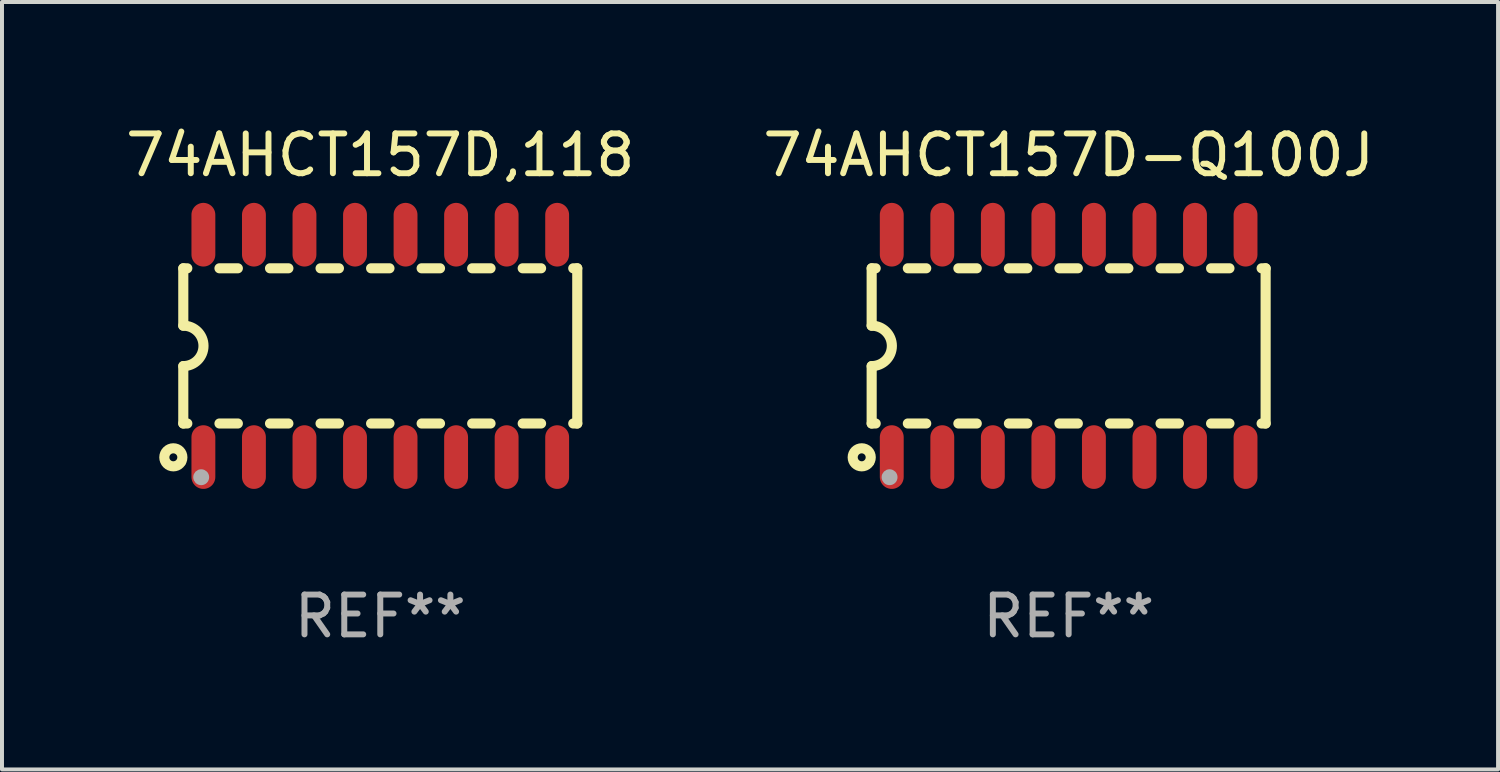
<source format=kicad_pcb>
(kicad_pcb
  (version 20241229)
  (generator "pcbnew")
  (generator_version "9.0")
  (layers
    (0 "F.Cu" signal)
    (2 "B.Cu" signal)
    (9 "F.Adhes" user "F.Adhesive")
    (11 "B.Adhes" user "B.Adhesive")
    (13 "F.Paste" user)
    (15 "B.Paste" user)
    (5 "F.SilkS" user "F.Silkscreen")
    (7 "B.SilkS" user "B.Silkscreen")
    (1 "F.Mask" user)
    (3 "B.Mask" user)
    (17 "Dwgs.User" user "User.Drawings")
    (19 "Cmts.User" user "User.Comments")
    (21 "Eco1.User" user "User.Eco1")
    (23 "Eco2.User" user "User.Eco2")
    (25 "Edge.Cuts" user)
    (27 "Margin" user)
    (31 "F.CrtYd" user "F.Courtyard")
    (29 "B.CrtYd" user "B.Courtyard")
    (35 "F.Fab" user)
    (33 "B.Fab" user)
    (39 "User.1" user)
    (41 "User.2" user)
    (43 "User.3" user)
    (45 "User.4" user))
  (footprint "74AHCT157D,118"
    (layer "F.Cu")
    (at 6.506 5.642)
    (property "Reference" "74AHCT157D,118" (at 0 -4.794 0) (layer "F.SilkS") (effects (font (size 1 1) (thickness 0.15))))
    (attr through_hole)
    (fp_line (start -4.95 -1.95) (end -4.95 -0.508) (stroke (width 0.254) (type solid)) (layer "F.SilkS"))
    (fp_line (start -4.95 -1.95) (end -4.849 -1.95) (stroke (width 0.254) (type solid)) (layer "F.SilkS"))
    (fp_line (start -4.95 1.95) (end -4.95 0.508) (stroke (width 0.254) (type solid)) (layer "F.SilkS"))
    (fp_line (start -4.95 1.95) (end -4.849 1.95) (stroke (width 0.254) (type solid)) (layer "F.SilkS"))
    (fp_line (start -4.041 -1.95) (end -3.579 -1.95) (stroke (width 0.254) (type solid)) (layer "F.SilkS"))
    (fp_line (start -4.041 1.95) (end -3.579 1.95) (stroke (width 0.254) (type solid)) (layer "F.SilkS"))
    (fp_line (start -2.771 -1.95) (end -2.309 -1.95) (stroke (width 0.254) (type solid)) (layer "F.SilkS"))
    (fp_line (start -2.771 1.95) (end -2.309 1.95) (stroke (width 0.254) (type solid)) (layer "F.SilkS"))
    (fp_line (start -1.501 -1.95) (end -1.039 -1.95) (stroke (width 0.254) (type solid)) (layer "F.SilkS"))
    (fp_line (start -1.501 1.95) (end -1.039 1.95) (stroke (width 0.254) (type solid)) (layer "F.SilkS"))
    (fp_line (start -0.231 -1.95) (end 0.231 -1.95) (stroke (width 0.254) (type solid)) (layer "F.SilkS"))
    (fp_line (start -0.231 1.95) (end 0.231 1.95) (stroke (width 0.254) (type solid)) (layer "F.SilkS"))
    (fp_line (start 1.039 -1.95) (end 1.501 -1.95) (stroke (width 0.254) (type solid)) (layer "F.SilkS"))
    (fp_line (start 1.039 1.95) (end 1.501 1.95) (stroke (width 0.254) (type solid)) (layer "F.SilkS"))
    (fp_line (start 2.309 -1.95) (end 2.771 -1.95) (stroke (width 0.254) (type solid)) (layer "F.SilkS"))
    (fp_line (start 2.309 1.95) (end 2.771 1.95) (stroke (width 0.254) (type solid)) (layer "F.SilkS"))
    (fp_line (start 3.579 -1.95) (end 4.041 -1.95) (stroke (width 0.254) (type solid)) (layer "F.SilkS"))
    (fp_line (start 3.579 1.95) (end 4.041 1.95) (stroke (width 0.254) (type solid)) (layer "F.SilkS"))
    (fp_line (start 4.849 -1.95) (end 4.95 -1.95) (stroke (width 0.254) (type solid)) (layer "F.SilkS"))
    (fp_line (start 4.849 1.95) (end 4.95 1.95) (stroke (width 0.254) (type solid)) (layer "F.SilkS"))
    (fp_line (start 4.95 -1.95) (end 4.95 1.95) (stroke (width 0.254) (type solid)) (layer "F.SilkS"))
    (fp_arc (start -4.95047 -0.508001) (mid -4.442469 -0.000228) (end -4.950013 0.508001) (stroke (width 0.254001) (type solid)) (layer "F.SilkS"))
    (fp_circle (center -5.2 2.8) (end -5.1 2.8) (stroke (width 0.254) (type solid)) (fill no) (layer "F.SilkS"))
    (fp_circle (center -4.95 2.947) (end -4.92 2.947) (stroke (width 0.06) (type solid)) (fill no) (layer "F.SilkS"))
    (fp_circle (center -4.5 3.3) (end -4.4 3.3) (stroke (width 0.2) (type solid)) (fill no) (layer "F.Fab"))
    (fp_text user "REF**" (at 0 6.794 0) (layer "F.Fab") (effects (font (size 1 1) (thickness 0.15))))
    (pad "1" smd oval (at -4.445 2.794) (size 0.6 1.6) (layers "F.Cu" "F.Mask" "F.Paste"))
    (pad "2" smd oval (at -3.175 2.794) (size 0.6 1.6) (layers "F.Cu" "F.Mask" "F.Paste"))
    (pad "3" smd oval (at -1.905 2.794) (size 0.6 1.6) (layers "F.Cu" "F.Mask" "F.Paste"))
    (pad "4" smd oval (at -0.635 2.794) (size 0.6 1.6) (layers "F.Cu" "F.Mask" "F.Paste"))
    (pad "5" smd oval (at 0.635 2.794) (size 0.6 1.6) (layers "F.Cu" "F.Mask" "F.Paste"))
    (pad "6" smd oval (at 1.905 2.794) (size 0.6 1.6) (layers "F.Cu" "F.Mask" "F.Paste"))
    (pad "7" smd oval (at 3.175 2.794) (size 0.6 1.6) (layers "F.Cu" "F.Mask" "F.Paste"))
    (pad "8" smd oval (at 4.445 2.794) (size 0.6 1.6) (layers "F.Cu" "F.Mask" "F.Paste"))
    (pad "9" smd oval (at 4.445 -2.794) (size 0.6 1.6) (layers "F.Cu" "F.Mask" "F.Paste"))
    (pad "10" smd oval (at 3.175 -2.794) (size 0.6 1.6) (layers "F.Cu" "F.Mask" "F.Paste"))
    (pad "11" smd oval (at 1.905 -2.794) (size 0.6 1.6) (layers "F.Cu" "F.Mask" "F.Paste"))
    (pad "12" smd oval (at 0.635 -2.794) (size 0.6 1.6) (layers "F.Cu" "F.Mask" "F.Paste"))
    (pad "13" smd oval (at -0.635 -2.794) (size 0.6 1.6) (layers "F.Cu" "F.Mask" "F.Paste"))
    (pad "14" smd oval (at -1.905 -2.794) (size 0.6 1.6) (layers "F.Cu" "F.Mask" "F.Paste"))
    (pad "15" smd oval (at -3.175 -2.794) (size 0.6 1.6) (layers "F.Cu" "F.Mask" "F.Paste"))
    (pad "16" smd oval (at -4.445 -2.794) (size 0.6 1.6) (layers "F.Cu" "F.Mask" "F.Paste")))
  (footprint "74AHCT157D-Q100J"
    (layer "F.Cu")
    (at 23.804 5.642)
    (property "Reference" "74AHCT157D-Q100J" (at 0 -4.794 0) (layer "F.SilkS") (effects (font (size 1 1) (thickness 0.15))))
    (attr through_hole)
    (fp_line (start -4.95 -1.95) (end -4.95 -0.508) (stroke (width 0.254) (type solid)) (layer "F.SilkS"))
    (fp_line (start -4.95 -1.95) (end -4.849 -1.95) (stroke (width 0.254) (type solid)) (layer "F.SilkS"))
    (fp_line (start -4.95 1.95) (end -4.95 0.508) (stroke (width 0.254) (type solid)) (layer "F.SilkS"))
    (fp_line (start -4.95 1.95) (end -4.849 1.95) (stroke (width 0.254) (type solid)) (layer "F.SilkS"))
    (fp_line (start -4.041 -1.95) (end -3.579 -1.95) (stroke (width 0.254) (type solid)) (layer "F.SilkS"))
    (fp_line (start -4.041 1.95) (end -3.579 1.95) (stroke (width 0.254) (type solid)) (layer "F.SilkS"))
    (fp_line (start -2.771 -1.95) (end -2.309 -1.95) (stroke (width 0.254) (type solid)) (layer "F.SilkS"))
    (fp_line (start -2.771 1.95) (end -2.309 1.95) (stroke (width 0.254) (type solid)) (layer "F.SilkS"))
    (fp_line (start -1.501 -1.95) (end -1.039 -1.95) (stroke (width 0.254) (type solid)) (layer "F.SilkS"))
    (fp_line (start -1.501 1.95) (end -1.039 1.95) (stroke (width 0.254) (type solid)) (layer "F.SilkS"))
    (fp_line (start -0.231 -1.95) (end 0.231 -1.95) (stroke (width 0.254) (type solid)) (layer "F.SilkS"))
    (fp_line (start -0.231 1.95) (end 0.231 1.95) (stroke (width 0.254) (type solid)) (layer "F.SilkS"))
    (fp_line (start 1.039 -1.95) (end 1.501 -1.95) (stroke (width 0.254) (type solid)) (layer "F.SilkS"))
    (fp_line (start 1.039 1.95) (end 1.501 1.95) (stroke (width 0.254) (type solid)) (layer "F.SilkS"))
    (fp_line (start 2.309 -1.95) (end 2.771 -1.95) (stroke (width 0.254) (type solid)) (layer "F.SilkS"))
    (fp_line (start 2.309 1.95) (end 2.771 1.95) (stroke (width 0.254) (type solid)) (layer "F.SilkS"))
    (fp_line (start 3.579 -1.95) (end 4.041 -1.95) (stroke (width 0.254) (type solid)) (layer "F.SilkS"))
    (fp_line (start 3.579 1.95) (end 4.041 1.95) (stroke (width 0.254) (type solid)) (layer "F.SilkS"))
    (fp_line (start 4.849 -1.95) (end 4.95 -1.95) (stroke (width 0.254) (type solid)) (layer "F.SilkS"))
    (fp_line (start 4.849 1.95) (end 4.95 1.95) (stroke (width 0.254) (type solid)) (layer "F.SilkS"))
    (fp_line (start 4.95 -1.95) (end 4.95 1.95) (stroke (width 0.254) (type solid)) (layer "F.SilkS"))
    (fp_arc (start -4.95047 -0.508001) (mid -4.442469 -0.000228) (end -4.950013 0.508001) (stroke (width 0.254001) (type solid)) (layer "F.SilkS"))
    (fp_circle (center -5.2 2.8) (end -5.1 2.8) (stroke (width 0.254) (type solid)) (fill no) (layer "F.SilkS"))
    (fp_circle (center -4.95 2.947) (end -4.92 2.947) (stroke (width 0.06) (type solid)) (fill no) (layer "F.SilkS"))
    (fp_circle (center -4.5 3.3) (end -4.4 3.3) (stroke (width 0.2) (type solid)) (fill no) (layer "F.Fab"))
    (fp_text user "REF**" (at 0 6.794 0) (layer "F.Fab") (effects (font (size 1 1) (thickness 0.15))))
    (pad "1" smd oval (at -4.445 2.794) (size 0.6 1.6) (layers "F.Cu" "F.Mask" "F.Paste"))
    (pad "2" smd oval (at -3.175 2.794) (size 0.6 1.6) (layers "F.Cu" "F.Mask" "F.Paste"))
    (pad "3" smd oval (at -1.905 2.794) (size 0.6 1.6) (layers "F.Cu" "F.Mask" "F.Paste"))
    (pad "4" smd oval (at -0.635 2.794) (size 0.6 1.6) (layers "F.Cu" "F.Mask" "F.Paste"))
    (pad "5" smd oval (at 0.635 2.794) (size 0.6 1.6) (layers "F.Cu" "F.Mask" "F.Paste"))
    (pad "6" smd oval (at 1.905 2.794) (size 0.6 1.6) (layers "F.Cu" "F.Mask" "F.Paste"))
    (pad "7" smd oval (at 3.175 2.794) (size 0.6 1.6) (layers "F.Cu" "F.Mask" "F.Paste"))
    (pad "8" smd oval (at 4.445 2.794) (size 0.6 1.6) (layers "F.Cu" "F.Mask" "F.Paste"))
    (pad "9" smd oval (at 4.445 -2.794) (size 0.6 1.6) (layers "F.Cu" "F.Mask" "F.Paste"))
    (pad "10" smd oval (at 3.175 -2.794) (size 0.6 1.6) (layers "F.Cu" "F.Mask" "F.Paste"))
    (pad "11" smd oval (at 1.905 -2.794) (size 0.6 1.6) (layers "F.Cu" "F.Mask" "F.Paste"))
    (pad "12" smd oval (at 0.635 -2.794) (size 0.6 1.6) (layers "F.Cu" "F.Mask" "F.Paste"))
    (pad "13" smd oval (at -0.635 -2.794) (size 0.6 1.6) (layers "F.Cu" "F.Mask" "F.Paste"))
    (pad "14" smd oval (at -1.905 -2.794) (size 0.6 1.6) (layers "F.Cu" "F.Mask" "F.Paste"))
    (pad "15" smd oval (at -3.175 -2.794) (size 0.6 1.6) (layers "F.Cu" "F.Mask" "F.Paste"))
    (pad "16" smd oval (at -4.445 -2.794) (size 0.6 1.6) (layers "F.Cu" "F.Mask" "F.Paste")))
  (gr_rect
    (start -3 -3)
    (end 34.595 16.285)
    (stroke (width 0.1) (type default))
    (fill no)
    (layer "Edge.Cuts")))
</source>
